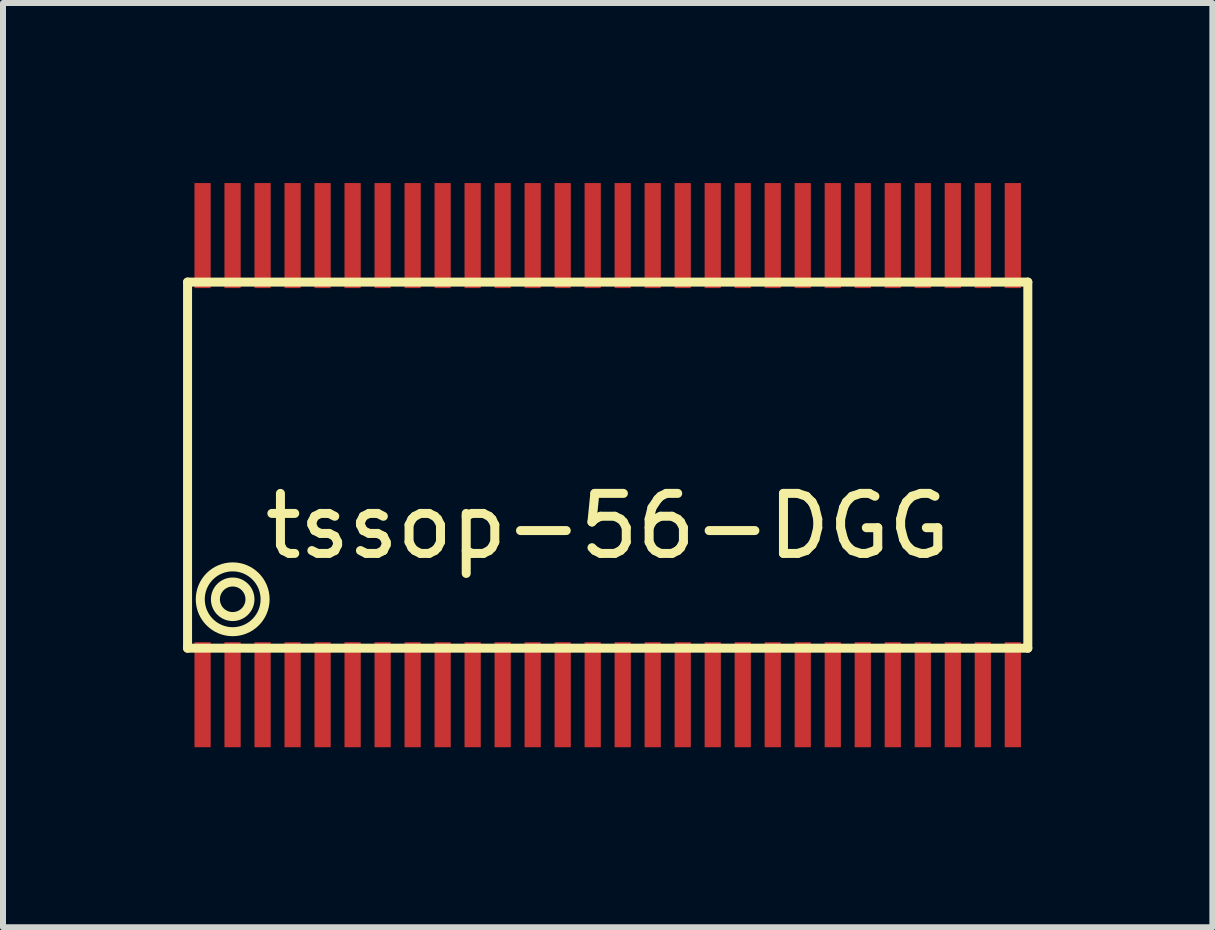
<source format=kicad_pcb>
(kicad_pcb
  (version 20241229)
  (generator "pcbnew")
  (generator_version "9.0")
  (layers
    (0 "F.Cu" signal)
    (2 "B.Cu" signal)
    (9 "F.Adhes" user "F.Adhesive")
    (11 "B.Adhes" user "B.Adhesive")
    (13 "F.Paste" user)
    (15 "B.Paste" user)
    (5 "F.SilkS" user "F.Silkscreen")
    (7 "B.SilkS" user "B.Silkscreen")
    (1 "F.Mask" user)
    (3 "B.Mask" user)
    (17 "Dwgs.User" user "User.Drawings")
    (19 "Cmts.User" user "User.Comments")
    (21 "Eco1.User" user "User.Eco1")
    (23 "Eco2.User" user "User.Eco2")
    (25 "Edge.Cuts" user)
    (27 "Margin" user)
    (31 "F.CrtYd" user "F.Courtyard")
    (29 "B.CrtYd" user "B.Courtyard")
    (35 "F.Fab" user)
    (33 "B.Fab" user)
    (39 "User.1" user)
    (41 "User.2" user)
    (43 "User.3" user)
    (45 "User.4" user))
  (footprint "tssop-56-DGG"
    (layer "F.Cu")
    (at 7.075 4.7)
    (property "Reference" "tssop-56-DGG" (at 0 1.016 0) (layer "F.SilkS") (effects (font (size 1 1) (thickness 0.15))))
    (attr through_hole)
    (fp_line (start -7 -3.05) (end -7 3.05) (stroke (width 0.15) (type solid)) (layer "F.SilkS"))
    (fp_line (start -7 3.05) (end 7 3.05) (stroke (width 0.15) (type solid)) (layer "F.SilkS"))
    (fp_line (start 7 -3.05) (end -7 -3.05) (stroke (width 0.15) (type solid)) (layer "F.SilkS"))
    (fp_line (start 7 3.05) (end 7 -3.05) (stroke (width 0.15) (type solid)) (layer "F.SilkS"))
    (fp_circle (center -6.248 2.235) (end -6.655 1.88) (stroke (width 0.15) (type solid)) (fill no) (layer "F.SilkS"))
    (fp_circle (center -6.248 2.235) (end -6.452 2.032) (stroke (width 0.15) (type solid)) (fill no) (layer "F.SilkS"))
    (pad "1" smd rect (at -6.75 3.825) (size 0.27 1.75) (layers "F.Cu" "F.Mask" "F.Paste"))
    (pad "2" smd rect (at -6.25 3.825) (size 0.27 1.75) (layers "F.Cu" "F.Mask" "F.Paste"))
    (pad "3" smd rect (at -5.75 3.825) (size 0.27 1.75) (layers "F.Cu" "F.Mask" "F.Paste"))
    (pad "4" smd rect (at -5.25 3.825) (size 0.27 1.75) (layers "F.Cu" "F.Mask" "F.Paste"))
    (pad "5" smd rect (at -4.75 3.825) (size 0.27 1.75) (layers "F.Cu" "F.Mask" "F.Paste"))
    (pad "6" smd rect (at -4.25 3.825) (size 0.27 1.75) (layers "F.Cu" "F.Mask" "F.Paste"))
    (pad "7" smd rect (at -3.75 3.825) (size 0.27 1.75) (layers "F.Cu" "F.Mask" "F.Paste"))
    (pad "8" smd rect (at -3.25 3.825) (size 0.27 1.75) (layers "F.Cu" "F.Mask" "F.Paste"))
    (pad "9" smd rect (at -2.75 3.825) (size 0.27 1.75) (layers "F.Cu" "F.Mask" "F.Paste"))
    (pad "10" smd rect (at -2.25 3.825) (size 0.27 1.75) (layers "F.Cu" "F.Mask" "F.Paste"))
    (pad "11" smd rect (at -1.75 3.825) (size 0.27 1.75) (layers "F.Cu" "F.Mask" "F.Paste"))
    (pad "12" smd rect (at -1.25 3.825) (size 0.27 1.75) (layers "F.Cu" "F.Mask" "F.Paste"))
    (pad "13" smd rect (at -0.75 3.825) (size 0.27 1.75) (layers "F.Cu" "F.Mask" "F.Paste"))
    (pad "14" smd rect (at -0.25 3.825) (size 0.27 1.75) (layers "F.Cu" "F.Mask" "F.Paste"))
    (pad "15" smd rect (at 0.25 3.825) (size 0.27 1.75) (layers "F.Cu" "F.Mask" "F.Paste"))
    (pad "16" smd rect (at 0.75 3.825) (size 0.27 1.75) (layers "F.Cu" "F.Mask" "F.Paste"))
    (pad "17" smd rect (at 1.25 3.825) (size 0.27 1.75) (layers "F.Cu" "F.Mask" "F.Paste"))
    (pad "18" smd rect (at 1.75 3.825) (size 0.27 1.75) (layers "F.Cu" "F.Mask" "F.Paste"))
    (pad "19" smd rect (at 2.25 3.825) (size 0.27 1.75) (layers "F.Cu" "F.Mask" "F.Paste"))
    (pad "20" smd rect (at 2.75 3.825) (size 0.27 1.75) (layers "F.Cu" "F.Mask" "F.Paste"))
    (pad "21" smd rect (at 3.25 3.825) (size 0.27 1.75) (layers "F.Cu" "F.Mask" "F.Paste"))
    (pad "22" smd rect (at 3.75 3.825) (size 0.27 1.75) (layers "F.Cu" "F.Mask" "F.Paste"))
    (pad "23" smd rect (at 4.25 3.825) (size 0.27 1.75) (layers "F.Cu" "F.Mask" "F.Paste"))
    (pad "24" smd rect (at 4.75 3.825) (size 0.27 1.75) (layers "F.Cu" "F.Mask" "F.Paste"))
    (pad "25" smd rect (at 5.25 3.825) (size 0.27 1.75) (layers "F.Cu" "F.Mask" "F.Paste"))
    (pad "26" smd rect (at 5.75 3.825) (size 0.27 1.75) (layers "F.Cu" "F.Mask" "F.Paste"))
    (pad "27" smd rect (at 6.25 3.825) (size 0.27 1.75) (layers "F.Cu" "F.Mask" "F.Paste"))
    (pad "28" smd rect (at 6.75 3.825) (size 0.27 1.75) (layers "F.Cu" "F.Mask" "F.Paste"))
    (pad "29" smd rect (at 6.75 -3.825) (size 0.27 1.75) (layers "F.Cu" "F.Mask" "F.Paste"))
    (pad "30" smd rect (at 6.25 -3.825) (size 0.27 1.75) (layers "F.Cu" "F.Mask" "F.Paste"))
    (pad "31" smd rect (at 5.75 -3.825) (size 0.27 1.75) (layers "F.Cu" "F.Mask" "F.Paste"))
    (pad "32" smd rect (at 5.25 -3.825) (size 0.27 1.75) (layers "F.Cu" "F.Mask" "F.Paste"))
    (pad "33" smd rect (at 4.75 -3.825) (size 0.27 1.75) (layers "F.Cu" "F.Mask" "F.Paste"))
    (pad "34" smd rect (at 4.25 -3.825) (size 0.27 1.75) (layers "F.Cu" "F.Mask" "F.Paste"))
    (pad "35" smd rect (at 3.75 -3.825) (size 0.27 1.75) (layers "F.Cu" "F.Mask" "F.Paste"))
    (pad "36" smd rect (at 3.25 -3.825) (size 0.27 1.75) (layers "F.Cu" "F.Mask" "F.Paste"))
    (pad "37" smd rect (at 2.75 -3.825) (size 0.27 1.75) (layers "F.Cu" "F.Mask" "F.Paste"))
    (pad "38" smd rect (at 2.25 -3.825) (size 0.27 1.75) (layers "F.Cu" "F.Mask" "F.Paste"))
    (pad "39" smd rect (at 1.75 -3.825) (size 0.27 1.75) (layers "F.Cu" "F.Mask" "F.Paste"))
    (pad "40" smd rect (at 1.25 -3.825) (size 0.27 1.75) (layers "F.Cu" "F.Mask" "F.Paste"))
    (pad "41" smd rect (at 0.75 -3.825) (size 0.27 1.75) (layers "F.Cu" "F.Mask" "F.Paste"))
    (pad "42" smd rect (at 0.25 -3.825) (size 0.27 1.75) (layers "F.Cu" "F.Mask" "F.Paste"))
    (pad "43" smd rect (at -0.25 -3.825) (size 0.27 1.75) (layers "F.Cu" "F.Mask" "F.Paste"))
    (pad "44" smd rect (at -0.75 -3.825) (size 0.27 1.75) (layers "F.Cu" "F.Mask" "F.Paste"))
    (pad "45" smd rect (at -1.25 -3.825) (size 0.27 1.75) (layers "F.Cu" "F.Mask" "F.Paste"))
    (pad "46" smd rect (at -1.75 -3.825) (size 0.27 1.75) (layers "F.Cu" "F.Mask" "F.Paste"))
    (pad "47" smd rect (at -2.25 -3.825) (size 0.27 1.75) (layers "F.Cu" "F.Mask" "F.Paste"))
    (pad "48" smd rect (at -2.75 -3.825) (size 0.27 1.75) (layers "F.Cu" "F.Mask" "F.Paste"))
    (pad "49" smd rect (at -3.25 -3.825) (size 0.27 1.75) (layers "F.Cu" "F.Mask" "F.Paste"))
    (pad "50" smd rect (at -3.75 -3.825) (size 0.27 1.75) (layers "F.Cu" "F.Mask" "F.Paste"))
    (pad "51" smd rect (at -4.25 -3.825) (size 0.27 1.75) (layers "F.Cu" "F.Mask" "F.Paste"))
    (pad "52" smd rect (at -4.75 -3.825) (size 0.27 1.75) (layers "F.Cu" "F.Mask" "F.Paste"))
    (pad "53" smd rect (at -5.25 -3.825) (size 0.27 1.75) (layers "F.Cu" "F.Mask" "F.Paste"))
    (pad "54" smd rect (at -5.75 -3.825) (size 0.27 1.75) (layers "F.Cu" "F.Mask" "F.Paste"))
    (pad "55" smd rect (at -6.25 -3.825) (size 0.27 1.75) (layers "F.Cu" "F.Mask" "F.Paste"))
    (pad "56" smd rect (at -6.75 -3.825) (size 0.27 1.75) (layers "F.Cu" "F.Mask" "F.Paste")))
  (gr_rect
    (start -3 -3)
    (end 17.15 12.4)
    (stroke (width 0.1) (type default))
    (fill no)
    (layer "Edge.Cuts")))
</source>
